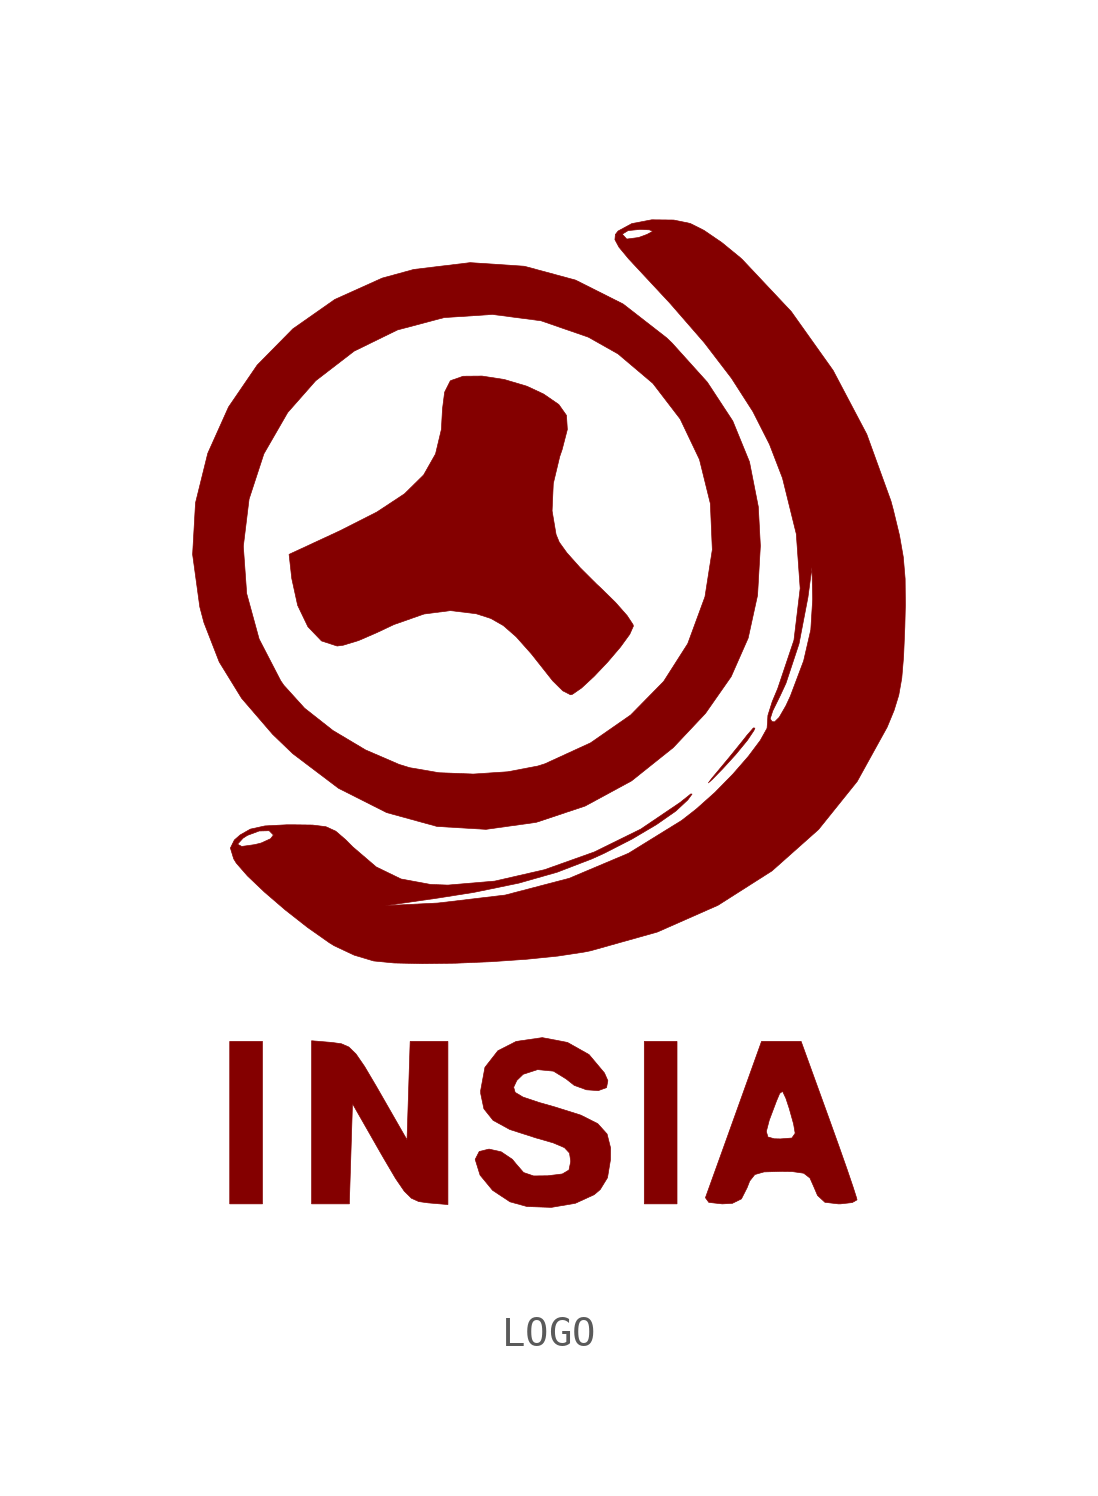
<source format=kicad_sym>
(kicad_symbol_lib
  (version 20220914)
  (generator "bitmap2component")
  (generator_version "9.0")
  (symbol "LOGO"
    (pin_names
      (offset 1.016))
    (property "Reference" "#G"
      (at 0 23.066 0)
      (effects (font (size 1.27 1.27)) hide))
    (symbol "LOGO_0_0"
      (polyline (pts (xy 0.608 -15.809) (xy 1.229 -15.524) (xy 1.426 -15.357) (xy 1.667 -14.965) (xy 1.765 -14.372) (xy 1.768 -13.978) (xy 1.653 -13.522) (xy 1.345 -13.18) (xy 0.788 -12.899) (xy -0.072 -12.628) (xy -0.608 -12.476) (xy -1.126 -12.301) (xy -1.383 -12.147) (xy -1.432 -11.976) (xy -1.327 -11.752) (xy -1.118 -11.549) (xy -0.642 -11.395) (xy -0.117 -11.446) (xy 0.303 -11.705) (xy 0.568 -11.915) (xy 0.972 -12.062) (xy 1.363 -12.089) (xy 1.635 -11.99) (xy 1.679 -11.761) (xy 1.566 -11.505) (xy 1.057 -10.898) (xy 0.344 -10.497) (xy -0.487 -10.339) (xy -1.347 -10.463) (xy -1.952 -10.771) (xy -2.381 -11.321) (xy -2.522 -12.086) (xy -2.52 -12.189) (xy -2.415 -12.69) (xy -2.112 -13.07) (xy -1.558 -13.374) (xy -0.697 -13.65) (xy -0.127 -13.814) (xy 0.245 -13.972) (xy 0.412 -14.151) (xy 0.45 -14.402) (xy 0.45 -14.445) (xy 0.394 -14.711) (xy 0.176 -14.841) (xy -0.305 -14.901) (xy -0.773 -14.907) (xy -1.105 -14.794) (xy -1.361 -14.498) (xy -1.472 -14.361) (xy -1.842 -14.111) (xy -2.245 -14.02) (xy -2.569 -14.099) (xy -2.702 -14.359) (xy -2.702 -14.364) (xy -2.542 -14.879) (xy -2.128 -15.382) (xy -1.553 -15.762) (xy -0.994 -15.916) (xy -0.187 -15.945) (xy 0.608 -15.809)) (stroke (width 0.01) (type default)) (fill (type outline)))
      (polyline (pts (xy -9.728 -13.147) (xy -9.728 -10.464) (xy -10.268 -10.464) (xy -10.809 -10.464) (xy -10.809 -13.147) (xy -10.809 -15.83) (xy -10.268 -15.83) (xy -9.728 -15.83) (xy -9.728 -13.147)) (stroke (width 0.01) (type default)) (fill (type outline)))
      (polyline (pts (xy -3.603 -13.158) (xy -3.603 -10.464) (xy -4.227 -10.464) (xy -4.85 -10.464) (xy -4.902 -12.089) (xy -4.954 -13.715) (xy -5.86 -12.134) (xy -5.967 -11.948) (xy -6.354 -11.293) (xy -6.638 -10.88) (xy -6.875 -10.649) (xy -7.122 -10.541) (xy -7.436 -10.498) (xy -8.106 -10.442) (xy -8.106 -13.136) (xy -8.106 -15.83) (xy -7.483 -15.83) (xy -6.859 -15.83) (xy -6.807 -14.176) (xy -6.755 -12.521) (xy -5.836 -14.131) (xy -5.72 -14.332) (xy -5.332 -14.991) (xy -5.046 -15.409) (xy -4.81 -15.643) (xy -4.566 -15.753) (xy -4.259 -15.796) (xy -3.603 -15.852) (xy -3.603 -13.158)) (stroke (width 0.01) (type default)) (fill (type outline)))
      (polyline (pts (xy 3.963 -13.147) (xy 3.963 -10.464) (xy 3.423 -10.464) (xy 2.882 -10.464) (xy 2.882 -13.147) (xy 2.882 -15.83) (xy 3.423 -15.83) (xy 3.963 -15.83) (xy 3.963 -13.147)) (stroke (width 0.01) (type default)) (fill (type outline)))
      (polyline (pts (xy 9.362 -15.829) (xy 9.75 -15.786) (xy 9.908 -15.697) (xy 9.893 -15.632) (xy 9.781 -15.281) (xy 9.579 -14.686) (xy 9.306 -13.91) (xy 8.985 -13.014) (xy 8.062 -10.464) (xy 7.408 -10.464) (xy 6.754 -10.464) (xy 5.872 -12.924) (xy 5.743 -13.283) (xy 5.687 -13.44) (xy 6.912 -13.44) (xy 7.009 -13.067) (xy 7.248 -12.432) (xy 7.354 -12.181) (xy 7.449 -12.112) (xy 7.558 -12.342) (xy 7.671 -12.684) (xy 7.813 -13.192) (xy 7.865 -13.497) (xy 7.756 -13.654) (xy 7.377 -13.684) (xy 7.176 -13.679) (xy 6.966 -13.621) (xy 6.912 -13.44) (xy 5.687 -13.44) (xy 5.437 -14.137) (xy 5.179 -14.853) (xy 4.995 -15.365) (xy 4.908 -15.607) (xy 4.902 -15.627) (xy 5.013 -15.78) (xy 5.457 -15.83) (xy 5.793 -15.811) (xy 6.09 -15.665) (xy 6.278 -15.294) (xy 6.364 -15.074) (xy 6.532 -14.861) (xy 6.835 -14.774) (xy 7.386 -14.757) (xy 7.764 -14.762) (xy 8.147 -14.817) (xy 8.353 -14.976) (xy 8.494 -15.294) (xy 8.603 -15.551) (xy 8.847 -15.777) (xy 9.295 -15.83) (xy 9.362 -15.829)) (stroke (width 0.01) (type default)) (fill (type outline)))
      (polyline (pts (xy -3.352 -7.881) (xy -2.175 -7.831) (xy -1.015 -7.751) (xy 0.036 -7.644) (xy 0.885 -7.515) (xy 1.114 -7.469) (xy 3.315 -6.851) (xy 5.318 -5.967) (xy 7.099 -4.833) (xy 8.638 -3.465) (xy 9.913 -1.878) (xy 10.901 -0.089) (xy 10.902 -0.088) (xy 11.131 0.467) (xy 11.287 0.974) (xy 11.386 1.534) (xy 11.446 2.249) (xy 11.487 3.22) (xy 11.505 3.958) (xy 11.497 4.813) (xy 11.436 5.532) (xy 11.311 6.247) (xy 11.108 7.087) (xy 11.028 7.384) (xy 10.23 9.588) (xy 9.119 11.696) (xy 7.734 13.643) (xy 6.118 15.361) (xy 6.046 15.426) (xy 5.442 15.92) (xy 4.854 16.322) (xy 4.4 16.55) (xy 3.857 16.663) (xy 3.128 16.671) (xy 2.469 16.545) (xy 2.017 16.3) (xy 1.929 16.188) (xy 2.162 16.188) (xy 2.163 16.202) (xy 2.349 16.315) (xy 2.747 16.354) (xy 3.05 16.34) (xy 3.162 16.292) (xy 2.972 16.188) (xy 2.692 16.085) (xy 2.302 16.035) (xy 2.162 16.188) (xy 1.929 16.188) (xy 1.928 16.188) (xy 1.912 16.015) (xy 2.047 15.765) (xy 2.367 15.379) (xy 2.907 14.799) (xy 3.734 13.911) (xy 4.863 12.612) (xy 5.762 11.438) (xy 6.468 10.338) (xy 7.017 9.256) (xy 7.447 8.139) (xy 7.902 6.298) (xy 8.03 4.498) (xy 7.825 2.787) (xy 7.288 1.188) (xy 7.107 0.756) (xy 6.965 0.304) (xy 6.958 0.192) (xy 7.04 0.192) (xy 7.123 0.451) (xy 7.367 0.947) (xy 7.561 1.365) (xy 7.992 2.669) (xy 8.287 4.204) (xy 8.419 5.187) (xy 8.442 4.204) (xy 8.443 4.138) (xy 8.381 3.129) (xy 8.145 2.106) (xy 7.706 0.939) (xy 7.56 0.625) (xy 7.338 0.24) (xy 7.184 0.089) (xy 7.102 0.098) (xy 7.04 0.192) (xy 6.958 0.192) (xy 6.951 0.064) (xy 6.936 -0.122) (xy 6.715 -0.52) (xy 6.32 -1.047) (xy 5.801 -1.643) (xy 5.209 -2.246) (xy 4.594 -2.794) (xy 4.115 -3.167) (xy 2.364 -4.249) (xy 0.404 -5.077) (xy -1.714 -5.631) (xy -3.938 -5.894) (xy -5.675 -5.98) (xy -3.906 -5.725) (xy -2.738 -5.54) (xy -1.262 -5.236) (xy 0.007 -4.875) (xy 1.159 -4.432) (xy 1.574 -4.243) (xy 2.472 -3.783) (xy 3.283 -3.304) (xy 3.926 -2.855) (xy 4.318 -2.489) (xy 4.459 -2.296) (xy 4.419 -2.29) (xy 4.138 -2.514) (xy 4.069 -2.57) (xy 2.764 -3.453) (xy 1.234 -4.206) (xy -0.41 -4.792) (xy -2.059 -5.17) (xy -3.603 -5.301) (xy -4.174 -5.28) (xy -5.151 -5.1) (xy -5.971 -4.702) (xy -6.747 -4.038) (xy -6.981 -3.802) (xy -7.309 -3.52) (xy -7.633 -3.373) (xy -8.074 -3.318) (xy -8.754 -3.309) (xy -8.93 -3.31) (xy -9.648 -3.347) (xy -10.127 -3.452) (xy -10.467 -3.646) (xy -10.656 -3.812) (xy -10.724 -3.95) (xy -10.551 -3.95) (xy -10.369 -3.751) (xy -10.226 -3.659) (xy -9.836 -3.514) (xy -9.506 -3.505) (xy -9.367 -3.646) (xy -9.458 -3.769) (xy -9.773 -3.912) (xy -9.986 -3.965) (xy -10.416 -4.024) (xy -10.551 -3.95) (xy -10.724 -3.95) (xy -10.787 -4.077) (xy -10.678 -4.435) (xy -10.592 -4.575) (xy -10.225 -4.996) (xy -9.663 -5.531) (xy -8.979 -6.119) (xy -8.241 -6.698) (xy -7.518 -7.207) (xy -7.362 -7.303) (xy -6.701 -7.614) (xy -6.063 -7.805) (xy -6.052 -7.807) (xy -5.383 -7.873) (xy -4.452 -7.896) (xy -3.352 -7.881)) (stroke (width 0.01) (type default)) (fill (type outline)))
      (polyline (pts (xy -0.689 -3.229) (xy 0.932 -2.689) (xy 2.461 -1.86) (xy 3.838 -0.761) (xy 4.904 0.371) (xy 5.751 1.583) (xy 6.313 2.857) (xy 6.623 4.271) (xy 6.716 5.903) (xy 6.648 7.191) (xy 6.356 8.676) (xy 5.805 10.025) (xy 4.963 11.309) (xy 3.801 12.599) (xy 3.618 12.775) (xy 2.183 13.89) (xy 0.611 14.68) (xy -1.08 15.137) (xy -2.868 15.256) (xy -4.732 15.031) (xy -5.772 14.746) (xy -7.34 14.04) (xy -8.725 13.069) (xy -9.903 11.872) (xy -10.848 10.489) (xy -11.534 8.96) (xy -11.939 7.324) (xy -12.02 5.888) (xy -10.36 5.888) (xy -10.17 7.447) (xy -9.681 8.942) (xy -8.894 10.307) (xy -7.97 11.356) (xy -6.699 12.334) (xy -5.27 13.033) (xy -3.731 13.441) (xy -2.134 13.546) (xy -0.529 13.336) (xy 1.033 12.796) (xy 2.012 12.244) (xy 3.165 11.269) (xy 4.068 10.091) (xy 4.705 8.754) (xy 5.064 7.3) (xy 5.129 5.775) (xy 4.886 4.221) (xy 4.321 2.683) (xy 4.315 2.67) (xy 3.521 1.425) (xy 2.433 0.318) (xy 1.107 -0.604) (xy -0.402 -1.296) (xy -0.637 -1.37) (xy -1.631 -1.559) (xy -2.769 -1.634) (xy -3.898 -1.59) (xy -4.864 -1.424) (xy -5.215 -1.316) (xy -6.323 -0.838) (xy -7.4 -0.196) (xy -8.337 0.541) (xy -9.025 1.301) (xy -9.125 1.447) (xy -9.838 2.825) (xy -10.249 4.326) (xy -10.36 5.888) (xy -12.02 5.888) (xy -12.035 5.619) (xy -11.798 3.887) (xy -11.661 3.369) (xy -11.155 2.067) (xy -10.418 0.87) (xy -9.391 -0.323) (xy -8.726 -0.962) (xy -7.215 -2.105) (xy -5.624 -2.908) (xy -3.963 -3.364) (xy -2.345 -3.46) (xy -0.689 -3.229)) (stroke (width 0.01) (type default)) (fill (type outline)))
      (polyline (pts (xy 5.12 -1.82) (xy 5.481 -1.45) (xy 5.901 -0.989) (xy 6.286 -0.521) (xy 6.502 -0.198) (xy 6.536 -0.117) (xy 6.485 -0.11) (xy 6.27 -0.358) (xy 6.128 -0.539) (xy 5.699 -1.069) (xy 5.249 -1.61) (xy 5.117 -1.767) (xy 4.998 -1.926) (xy 5.12 -1.82)) (stroke (width 0.01) (type default)) (fill (type outline)))
      (polyline (pts (xy 0.509 1) (xy 0.81 1.208) (xy 1.225 1.593) (xy 1.679 2.072) (xy 2.097 2.563) (xy 2.403 2.984) (xy 2.522 3.252) (xy 2.51 3.303) (xy 2.315 3.599) (xy 1.932 4.033) (xy 1.425 4.53) (xy 1.303 4.643) (xy 0.764 5.181) (xy 0.325 5.673) (xy 0.073 6.024) (xy -0.031 6.277) (xy -0.163 7.058) (xy -0.123 7.962) (xy 0.09 8.854) (xy 0.169 9.083) (xy 0.341 9.747) (xy 0.312 10.212) (xy 0.059 10.571) (xy -0.442 10.916) (xy -0.994 11.174) (xy -1.736 11.395) (xy -2.474 11.51) (xy -3.101 11.504) (xy -3.509 11.361) (xy -3.528 11.345) (xy -3.712 10.979) (xy -3.783 10.418) (xy -3.819 9.747) (xy -4.012 8.939) (xy -4.405 8.245) (xy -5.037 7.622) (xy -5.946 7.022) (xy -7.17 6.401) (xy -8.849 5.622) (xy -8.762 4.838) (xy -8.761 4.827) (xy -8.566 3.937) (xy -8.226 3.229) (xy -7.778 2.762) (xy -7.262 2.594) (xy -7.064 2.62) (xy -6.554 2.775) (xy -5.981 3.023) (xy -5.381 3.305) (xy -4.394 3.651) (xy -3.525 3.764) (xy -2.687 3.663) (xy -2.648 3.654) (xy -2.187 3.505) (xy -1.775 3.271) (xy -1.35 2.9) (xy -0.849 2.337) (xy -0.211 1.53) (xy -0.14 1.441) (xy 0.19 1.115) (xy 0.446 0.984) (xy 0.509 1)) (stroke (width 0.01) (type default)) (fill (type outline))))))
</source>
